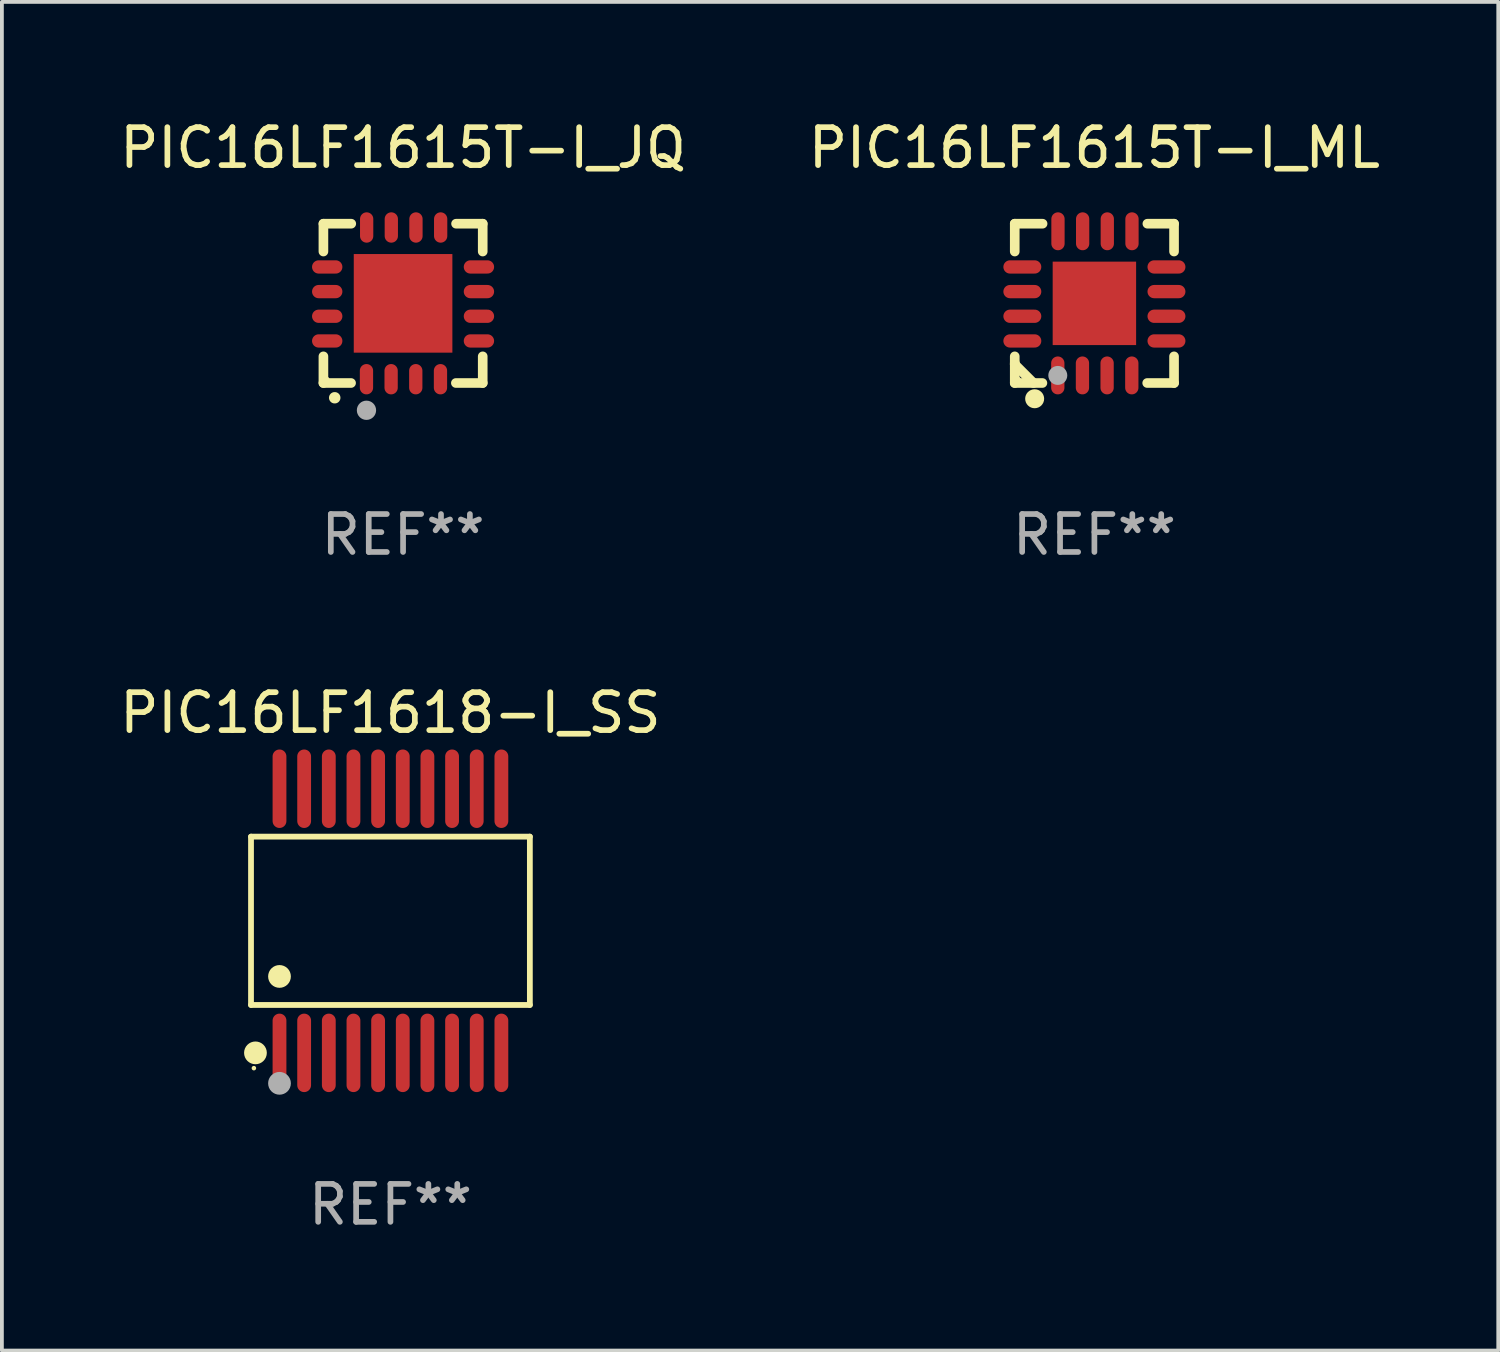
<source format=kicad_pcb>
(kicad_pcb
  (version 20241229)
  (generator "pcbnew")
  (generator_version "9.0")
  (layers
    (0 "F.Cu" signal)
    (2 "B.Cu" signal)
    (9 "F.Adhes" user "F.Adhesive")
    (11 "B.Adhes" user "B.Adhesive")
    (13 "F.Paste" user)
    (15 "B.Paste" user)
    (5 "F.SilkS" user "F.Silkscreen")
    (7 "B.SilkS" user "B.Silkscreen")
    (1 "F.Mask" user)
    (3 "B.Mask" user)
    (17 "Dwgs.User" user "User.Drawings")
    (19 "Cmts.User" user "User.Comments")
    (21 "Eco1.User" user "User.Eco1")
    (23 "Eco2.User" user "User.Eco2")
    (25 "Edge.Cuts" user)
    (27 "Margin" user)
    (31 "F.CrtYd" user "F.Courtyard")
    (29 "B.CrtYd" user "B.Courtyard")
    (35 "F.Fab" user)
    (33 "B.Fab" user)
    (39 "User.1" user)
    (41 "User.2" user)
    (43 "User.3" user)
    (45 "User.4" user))
  (footprint "PIC16LF1615T-I_ML"
    (layer "F.Cu")
    (at 25.804 4.948)
    (property "Reference" "PIC16LF1615T-I_ML" (at 0 -4.1 0) (layer "F.SilkS") (effects (font (size 1 1) (thickness 0.15))))
    (attr through_hole)
    (fp_line (start -2.1 -2.1) (end -1.366 -2.1) (stroke (width 0.254) (type solid)) (layer "F.SilkS"))
    (fp_line (start -2.1 -1.366) (end -2.1 -2.1) (stroke (width 0.254) (type solid)) (layer "F.SilkS"))
    (fp_line (start -2.1 1.572) (end -2.1 1.607) (stroke (width 0.254) (type solid)) (layer "F.SilkS"))
    (fp_line (start -2.1 1.607) (end -1.607 2.1) (stroke (width 0.254) (type solid)) (layer "F.SilkS"))
    (fp_line (start -2.1 2.1) (end -2.1 1.397) (stroke (width 0.254) (type solid)) (layer "F.SilkS"))
    (fp_line (start -2.1 2.1) (end -1.371 2.1) (stroke (width 0.254) (type solid)) (layer "F.SilkS"))
    (fp_line (start 1.392 2.1) (end 2.1 2.1) (stroke (width 0.254) (type solid)) (layer "F.SilkS"))
    (fp_line (start 1.397 -2.1) (end 2.1 -2.1) (stroke (width 0.254) (type solid)) (layer "F.SilkS"))
    (fp_line (start 2.1 -1.366) (end 2.1 -2.1) (stroke (width 0.254) (type solid)) (layer "F.SilkS"))
    (fp_line (start 2.1 2.1) (end 2.1 1.397) (stroke (width 0.254) (type solid)) (layer "F.SilkS"))
    (fp_circle (center -2 2) (end -1.97 2) (stroke (width 0.06) (type solid)) (fill no) (layer "F.SilkS"))
    (fp_circle (center -1.575 2.515) (end -1.45 2.515) (stroke (width 0.25) (type solid)) (fill no) (layer "F.SilkS"))
    (fp_circle (center -0.965 1.9) (end -0.84 1.9) (stroke (width 0.25) (type solid)) (fill no) (layer "F.Fab"))
    (fp_text user "REF**" (at 0 6.1 0) (layer "F.Fab") (effects (font (size 1 1) (thickness 0.15))))
    (pad "1" smd oval (at -0.965 1.9) (size 0.35 1) (layers "F.Cu" "F.Mask" "F.Paste"))
    (pad "2" smd oval (at -0.315 1.9) (size 0.35 1) (layers "F.Cu" "F.Mask" "F.Paste"))
    (pad "3" smd oval (at 0.335 1.9) (size 0.35 1) (layers "F.Cu" "F.Mask" "F.Paste"))
    (pad "4" smd oval (at 0.986 1.9) (size 0.35 1) (layers "F.Cu" "F.Mask" "F.Paste"))
    (pad "5" smd oval (at 1.9 0.991) (size 1 0.35) (layers "F.Cu" "F.Mask" "F.Paste"))
    (pad "6" smd oval (at 1.9 0.34) (size 1 0.35) (layers "F.Cu" "F.Mask" "F.Paste"))
    (pad "7" smd oval (at 1.9 -0.31) (size 1 0.35) (layers "F.Cu" "F.Mask" "F.Paste"))
    (pad "8" smd oval (at 1.9 -0.96) (size 1 0.35) (layers "F.Cu" "F.Mask" "F.Paste"))
    (pad "9" smd oval (at 0.991 -1.9) (size 0.35 1) (layers "F.Cu" "F.Mask" "F.Paste"))
    (pad "10" smd oval (at 0.34 -1.9) (size 0.35 1) (layers "F.Cu" "F.Mask" "F.Paste"))
    (pad "11" smd oval (at -0.31 -1.9) (size 0.35 1) (layers "F.Cu" "F.Mask" "F.Paste"))
    (pad "12" smd oval (at -0.96 -1.9) (size 0.35 1) (layers "F.Cu" "F.Mask" "F.Paste"))
    (pad "13" smd oval (at -1.9 -0.96) (size 1 0.35) (layers "F.Cu" "F.Mask" "F.Paste"))
    (pad "14" smd oval (at -1.9 -0.31) (size 1 0.35) (layers "F.Cu" "F.Mask" "F.Paste"))
    (pad "15" smd oval (at -1.9 0.34) (size 1 0.35) (layers "F.Cu" "F.Mask" "F.Paste"))
    (pad "16" smd oval (at -1.9 0.991) (size 1 0.35) (layers "F.Cu" "F.Mask" "F.Paste"))
    (pad "17" smd rect (at 0 0) (size 2.2 2.2) (layers "F.Cu" "F.Mask" "F.Paste")))
  (footprint "PIC16LF1615T-I_JQ"
    (layer "F.Cu")
    (at 7.577 4.948)
    (property "Reference" "PIC16LF1615T-I_JQ" (at 0 -4.1 0) (layer "F.SilkS") (effects (font (size 1 1) (thickness 0.15))))
    (attr through_hole)
    (fp_line (start -2.1 -2.1) (end -1.366 -2.1) (stroke (width 0.254) (type solid)) (layer "F.SilkS"))
    (fp_line (start -2.1 -1.366) (end -2.1 -2.1) (stroke (width 0.254) (type solid)) (layer "F.SilkS"))
    (fp_line (start -2.1 2.1) (end -2.1 1.397) (stroke (width 0.254) (type solid)) (layer "F.SilkS"))
    (fp_line (start -2.1 2.1) (end -1.371 2.1) (stroke (width 0.254) (type solid)) (layer "F.SilkS"))
    (fp_line (start 1.392 2.1) (end 2.1 2.1) (stroke (width 0.254) (type solid)) (layer "F.SilkS"))
    (fp_line (start 1.397 -2.1) (end 2.1 -2.1) (stroke (width 0.254) (type solid)) (layer "F.SilkS"))
    (fp_line (start 2.1 -1.366) (end 2.1 -2.1) (stroke (width 0.254) (type solid)) (layer "F.SilkS"))
    (fp_line (start 2.1 2.1) (end 2.1 1.397) (stroke (width 0.254) (type solid)) (layer "F.SilkS"))
    (fp_arc (start -1.803404 2.489205) (mid -1.802134 2.4892) (end -1.800864 2.489205) (stroke (width 0.3) (type solid)) (layer "F.SilkS"))
    (fp_circle (center -2 2) (end -1.97 2) (stroke (width 0.06) (type solid)) (fill no) (layer "F.SilkS"))
    (fp_circle (center -0.965 2.819) (end -0.838 2.819) (stroke (width 0.254) (type solid)) (fill no) (layer "F.Fab"))
    (fp_text user "REF**" (at 0 6.1 0) (layer "F.Fab") (effects (font (size 1 1) (thickness 0.15))))
    (pad "1" smd oval (at -0.965 2) (size 0.35 0.8) (layers "F.Cu" "F.Mask" "F.Paste"))
    (pad "2" smd oval (at -0.315 2) (size 0.35 0.8) (layers "F.Cu" "F.Mask" "F.Paste"))
    (pad "3" smd oval (at 0.335 2) (size 0.35 0.8) (layers "F.Cu" "F.Mask" "F.Paste"))
    (pad "4" smd oval (at 0.986 2) (size 0.35 0.8) (layers "F.Cu" "F.Mask" "F.Paste"))
    (pad "5" smd oval (at 2 0.991 90) (size 0.35 0.8) (layers "F.Cu" "F.Mask" "F.Paste"))
    (pad "6" smd oval (at 2 0.34 90) (size 0.35 0.8) (layers "F.Cu" "F.Mask" "F.Paste"))
    (pad "7" smd oval (at 2 -0.31 90) (size 0.35 0.8) (layers "F.Cu" "F.Mask" "F.Paste"))
    (pad "8" smd oval (at 2 -0.96 90) (size 0.35 0.8) (layers "F.Cu" "F.Mask" "F.Paste"))
    (pad "9" smd oval (at 0.991 -2) (size 0.35 0.8) (layers "F.Cu" "F.Mask" "F.Paste"))
    (pad "10" smd oval (at 0.34 -2) (size 0.35 0.8) (layers "F.Cu" "F.Mask" "F.Paste"))
    (pad "11" smd oval (at -0.31 -2) (size 0.35 0.8) (layers "F.Cu" "F.Mask" "F.Paste"))
    (pad "12" smd oval (at -0.96 -2) (size 0.35 0.8) (layers "F.Cu" "F.Mask" "F.Paste"))
    (pad "13" smd oval (at -2 -0.96 90) (size 0.35 0.8) (layers "F.Cu" "F.Mask" "F.Paste"))
    (pad "14" smd oval (at -2 -0.31 90) (size 0.35 0.8) (layers "F.Cu" "F.Mask" "F.Paste"))
    (pad "15" smd oval (at -2 0.34 90) (size 0.35 0.8) (layers "F.Cu" "F.Mask" "F.Paste"))
    (pad "16" smd oval (at -2 0.991 90) (size 0.35 0.8) (layers "F.Cu" "F.Mask" "F.Paste"))
    (pad "17" smd rect (at 0 0 90) (size 2.6 2.6) (layers "F.Cu" "F.Mask" "F.Paste")))
  (footprint "PIC16LF1618-I_SS"
    (layer "F.Cu")
    (at 7.244 21.227)
    (property "Reference" "PIC16LF1618-I_SS" (at 0 -5.482 0) (layer "F.SilkS") (effects (font (size 1 1) (thickness 0.15))))
    (attr through_hole)
    (fp_line (start -3.676 -2.219) (end 3.676 -2.219) (stroke (width 0.152) (type solid)) (layer "F.SilkS"))
    (fp_line (start -3.676 2.219) (end -3.676 -2.219) (stroke (width 0.152) (type solid)) (layer "F.SilkS"))
    (fp_line (start 3.676 -2.219) (end 3.676 2.219) (stroke (width 0.152) (type solid)) (layer "F.SilkS"))
    (fp_line (start 3.676 2.219) (end -3.676 2.219) (stroke (width 0.152) (type solid)) (layer "F.SilkS"))
    (fp_circle (center -3.6 3.885) (end -3.57 3.885) (stroke (width 0.06) (type solid)) (fill no) (layer "F.SilkS"))
    (fp_circle (center -3.559 3.482) (end -3.409 3.482) (stroke (width 0.3) (type solid)) (fill no) (layer "F.SilkS"))
    (fp_circle (center -2.925 1.467) (end -2.775 1.467) (stroke (width 0.3) (type solid)) (fill no) (layer "F.SilkS"))
    (fp_circle (center -2.925 4.285) (end -2.775 4.285) (stroke (width 0.3) (type solid)) (fill no) (layer "F.Fab"))
    (fp_text user "REF**" (at 0 7.482 0) (layer "F.Fab") (effects (font (size 1 1) (thickness 0.15))))
    (pad "1" smd oval (at -2.925 3.482) (size 0.364 2.069) (layers "F.Cu" "F.Mask" "F.Paste"))
    (pad "2" smd oval (at -2.275 3.482) (size 0.364 2.069) (layers "F.Cu" "F.Mask" "F.Paste"))
    (pad "3" smd oval (at -1.625 3.482) (size 0.364 2.069) (layers "F.Cu" "F.Mask" "F.Paste"))
    (pad "4" smd oval (at -0.975 3.482) (size 0.364 2.069) (layers "F.Cu" "F.Mask" "F.Paste"))
    (pad "5" smd oval (at -0.325 3.482) (size 0.364 2.069) (layers "F.Cu" "F.Mask" "F.Paste"))
    (pad "6" smd oval (at 0.325 3.482) (size 0.364 2.069) (layers "F.Cu" "F.Mask" "F.Paste"))
    (pad "7" smd oval (at 0.975 3.482) (size 0.364 2.069) (layers "F.Cu" "F.Mask" "F.Paste"))
    (pad "8" smd oval (at 1.625 3.482) (size 0.364 2.069) (layers "F.Cu" "F.Mask" "F.Paste"))
    (pad "9" smd oval (at 2.275 3.482) (size 0.364 2.069) (layers "F.Cu" "F.Mask" "F.Paste"))
    (pad "10" smd oval (at 2.925 3.482) (size 0.364 2.069) (layers "F.Cu" "F.Mask" "F.Paste"))
    (pad "11" smd oval (at 2.925 -3.482) (size 0.364 2.069) (layers "F.Cu" "F.Mask" "F.Paste"))
    (pad "12" smd oval (at 2.275 -3.482) (size 0.364 2.069) (layers "F.Cu" "F.Mask" "F.Paste"))
    (pad "13" smd oval (at 1.625 -3.482) (size 0.364 2.069) (layers "F.Cu" "F.Mask" "F.Paste"))
    (pad "14" smd oval (at 0.975 -3.482) (size 0.364 2.069) (layers "F.Cu" "F.Mask" "F.Paste"))
    (pad "15" smd oval (at 0.325 -3.482) (size 0.364 2.069) (layers "F.Cu" "F.Mask" "F.Paste"))
    (pad "16" smd oval (at -0.325 -3.482) (size 0.364 2.069) (layers "F.Cu" "F.Mask" "F.Paste"))
    (pad "17" smd oval (at -0.975 -3.482) (size 0.364 2.069) (layers "F.Cu" "F.Mask" "F.Paste"))
    (pad "18" smd oval (at -1.625 -3.482) (size 0.364 2.069) (layers "F.Cu" "F.Mask" "F.Paste"))
    (pad "19" smd oval (at -2.275 -3.482) (size 0.364 2.069) (layers "F.Cu" "F.Mask" "F.Paste"))
    (pad "20" smd oval (at -2.925 -3.482) (size 0.364 2.069) (layers "F.Cu" "F.Mask" "F.Paste")))
  (gr_rect
    (start -3 -3)
    (end 36.452 32.557)
    (stroke (width 0.1) (type default))
    (fill no)
    (layer "Edge.Cuts")))
</source>
